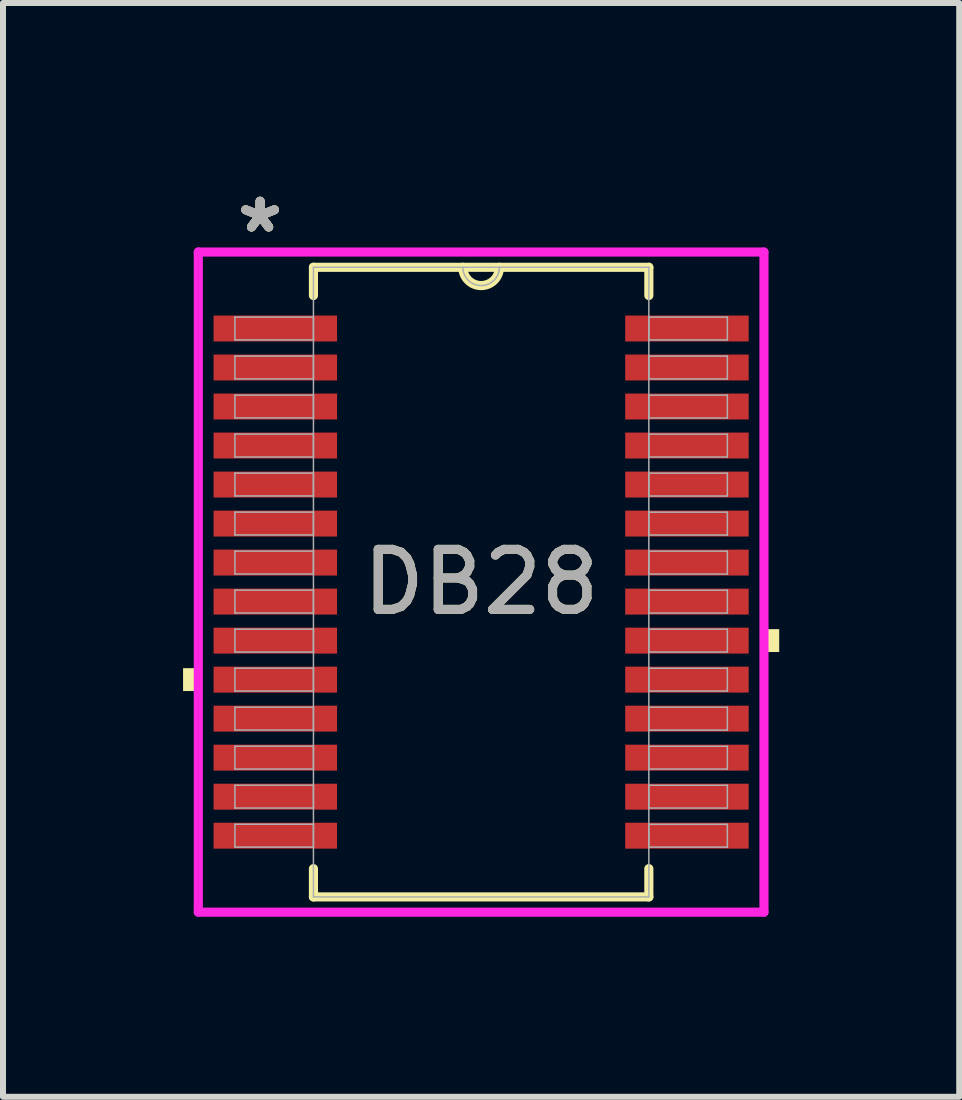
<source format=kicad_pcb>
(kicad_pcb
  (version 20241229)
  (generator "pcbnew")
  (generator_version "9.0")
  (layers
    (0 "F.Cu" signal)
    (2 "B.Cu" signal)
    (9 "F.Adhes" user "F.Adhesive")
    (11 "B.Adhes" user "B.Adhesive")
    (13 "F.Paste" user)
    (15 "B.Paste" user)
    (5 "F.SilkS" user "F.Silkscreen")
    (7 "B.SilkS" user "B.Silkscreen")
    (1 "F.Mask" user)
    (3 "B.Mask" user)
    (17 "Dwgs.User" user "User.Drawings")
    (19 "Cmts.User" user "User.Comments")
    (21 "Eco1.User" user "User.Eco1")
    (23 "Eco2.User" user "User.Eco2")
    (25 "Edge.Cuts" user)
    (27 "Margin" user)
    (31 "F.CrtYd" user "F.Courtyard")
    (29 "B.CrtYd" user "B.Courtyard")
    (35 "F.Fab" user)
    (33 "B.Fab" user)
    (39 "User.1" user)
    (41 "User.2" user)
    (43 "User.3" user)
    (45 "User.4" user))
  (footprint "DB28"
    (layer "F.Cu")
    (at 4.966 6.648)
    (property "Reference" "DB28" (at 0 0 0) (unlocked yes) (layer "F.SilkS") (effects (font (size 1 1) (thickness 0.15))))
    (attr smd)
    (fp_line (start -2.794 -5.245) (end -2.794 -4.774) (stroke (width 0.152) (type solid)) (layer "F.SilkS"))
    (fp_line (start -2.794 4.774) (end -2.794 5.245) (stroke (width 0.152) (type solid)) (layer "F.SilkS"))
    (fp_line (start -2.794 5.245) (end 2.794 5.245) (stroke (width 0.152) (type solid)) (layer "F.SilkS"))
    (fp_line (start 2.794 -5.245) (end -2.794 -5.245) (stroke (width 0.152) (type solid)) (layer "F.SilkS"))
    (fp_line (start 2.794 -4.774) (end 2.794 -5.245) (stroke (width 0.152) (type solid)) (layer "F.SilkS"))
    (fp_line (start 2.794 5.245) (end 2.794 4.774) (stroke (width 0.152) (type solid)) (layer "F.SilkS"))
    (fp_arc (start 0.3048 -5.2451) (mid 0 -4.9403) (end -0.3048 -5.2451) (stroke (width 0.1524) (type solid)) (layer "F.SilkS"))
    (fp_poly (pts (xy -4.966 1.434) (xy -4.966 1.815) (xy -4.712 1.815) (xy -4.712 1.434)) (stroke (width 0) (type solid)) (fill yes) (layer "F.SilkS"))
    (fp_poly (pts (xy 4.966 0.784) (xy 4.966 1.165) (xy 4.712 1.165) (xy 4.712 0.784)) (stroke (width 0) (type solid)) (fill yes) (layer "F.SilkS"))
    (fp_line (start -4.712 -5.499) (end 4.712 -5.499) (stroke (width 0.152) (type solid)) (layer "F.CrtYd"))
    (fp_line (start -4.712 5.499) (end -4.712 -5.499) (stroke (width 0.152) (type solid)) (layer "F.CrtYd"))
    (fp_line (start 4.712 -5.499) (end 4.712 5.499) (stroke (width 0.152) (type solid)) (layer "F.CrtYd"))
    (fp_line (start 4.712 5.499) (end -4.712 5.499) (stroke (width 0.152) (type solid)) (layer "F.CrtYd"))
    (fp_line (start -4.102 -4.415) (end -4.102 -4.035) (stroke (width 0.025) (type solid)) (layer "F.Fab"))
    (fp_line (start -4.102 -4.035) (end -2.794 -4.035) (stroke (width 0.025) (type solid)) (layer "F.Fab"))
    (fp_line (start -4.102 -3.765) (end -4.102 -3.385) (stroke (width 0.025) (type solid)) (layer "F.Fab"))
    (fp_line (start -4.102 -3.385) (end -2.794 -3.385) (stroke (width 0.025) (type solid)) (layer "F.Fab"))
    (fp_line (start -4.102 -3.115) (end -4.102 -2.735) (stroke (width 0.025) (type solid)) (layer "F.Fab"))
    (fp_line (start -4.102 -2.735) (end -2.794 -2.735) (stroke (width 0.025) (type solid)) (layer "F.Fab"))
    (fp_line (start -4.102 -2.466) (end -4.102 -2.084) (stroke (width 0.025) (type solid)) (layer "F.Fab"))
    (fp_line (start -4.102 -2.084) (end -2.794 -2.084) (stroke (width 0.025) (type solid)) (layer "F.Fab"))
    (fp_line (start -4.102 -1.816) (end -4.102 -1.435) (stroke (width 0.025) (type solid)) (layer "F.Fab"))
    (fp_line (start -4.102 -1.435) (end -2.794 -1.435) (stroke (width 0.025) (type solid)) (layer "F.Fab"))
    (fp_line (start -4.102 -1.166) (end -4.102 -0.785) (stroke (width 0.025) (type solid)) (layer "F.Fab"))
    (fp_line (start -4.102 -0.785) (end -2.794 -0.785) (stroke (width 0.025) (type solid)) (layer "F.Fab"))
    (fp_line (start -4.102 -0.516) (end -4.102 -0.135) (stroke (width 0.025) (type solid)) (layer "F.Fab"))
    (fp_line (start -4.102 -0.135) (end -2.794 -0.135) (stroke (width 0.025) (type solid)) (layer "F.Fab"))
    (fp_line (start -4.102 0.134) (end -4.102 0.515) (stroke (width 0.025) (type solid)) (layer "F.Fab"))
    (fp_line (start -4.102 0.515) (end -2.794 0.515) (stroke (width 0.025) (type solid)) (layer "F.Fab"))
    (fp_line (start -4.102 0.784) (end -4.102 1.165) (stroke (width 0.025) (type solid)) (layer "F.Fab"))
    (fp_line (start -4.102 1.165) (end -2.794 1.165) (stroke (width 0.025) (type solid)) (layer "F.Fab"))
    (fp_line (start -4.102 1.434) (end -4.102 1.815) (stroke (width 0.025) (type solid)) (layer "F.Fab"))
    (fp_line (start -4.102 1.815) (end -2.794 1.815) (stroke (width 0.025) (type solid)) (layer "F.Fab"))
    (fp_line (start -4.102 2.084) (end -4.102 2.465) (stroke (width 0.025) (type solid)) (layer "F.Fab"))
    (fp_line (start -4.102 2.465) (end -2.794 2.465) (stroke (width 0.025) (type solid)) (layer "F.Fab"))
    (fp_line (start -4.102 2.734) (end -4.102 3.115) (stroke (width 0.025) (type solid)) (layer "F.Fab"))
    (fp_line (start -4.102 3.115) (end -2.794 3.115) (stroke (width 0.025) (type solid)) (layer "F.Fab"))
    (fp_line (start -4.102 3.384) (end -4.102 3.765) (stroke (width 0.025) (type solid)) (layer "F.Fab"))
    (fp_line (start -4.102 3.765) (end -2.794 3.765) (stroke (width 0.025) (type solid)) (layer "F.Fab"))
    (fp_line (start -4.102 4.034) (end -4.102 4.415) (stroke (width 0.025) (type solid)) (layer "F.Fab"))
    (fp_line (start -4.102 4.415) (end -2.794 4.415) (stroke (width 0.025) (type solid)) (layer "F.Fab"))
    (fp_line (start -2.794 -5.245) (end -2.794 5.245) (stroke (width 0.025) (type solid)) (layer "F.Fab"))
    (fp_line (start -2.794 -4.415) (end -4.102 -4.415) (stroke (width 0.025) (type solid)) (layer "F.Fab"))
    (fp_line (start -2.794 -4.035) (end -2.794 -4.415) (stroke (width 0.025) (type solid)) (layer "F.Fab"))
    (fp_line (start -2.794 -3.765) (end -4.102 -3.765) (stroke (width 0.025) (type solid)) (layer "F.Fab"))
    (fp_line (start -2.794 -3.385) (end -2.794 -3.765) (stroke (width 0.025) (type solid)) (layer "F.Fab"))
    (fp_line (start -2.794 -3.115) (end -4.102 -3.115) (stroke (width 0.025) (type solid)) (layer "F.Fab"))
    (fp_line (start -2.794 -2.735) (end -2.794 -3.115) (stroke (width 0.025) (type solid)) (layer "F.Fab"))
    (fp_line (start -2.794 -2.466) (end -4.102 -2.466) (stroke (width 0.025) (type solid)) (layer "F.Fab"))
    (fp_line (start -2.794 -2.084) (end -2.794 -2.466) (stroke (width 0.025) (type solid)) (layer "F.Fab"))
    (fp_line (start -2.794 -1.816) (end -4.102 -1.816) (stroke (width 0.025) (type solid)) (layer "F.Fab"))
    (fp_line (start -2.794 -1.435) (end -2.794 -1.816) (stroke (width 0.025) (type solid)) (layer "F.Fab"))
    (fp_line (start -2.794 -1.166) (end -4.102 -1.166) (stroke (width 0.025) (type solid)) (layer "F.Fab"))
    (fp_line (start -2.794 -0.785) (end -2.794 -1.166) (stroke (width 0.025) (type solid)) (layer "F.Fab"))
    (fp_line (start -2.794 -0.516) (end -4.102 -0.516) (stroke (width 0.025) (type solid)) (layer "F.Fab"))
    (fp_line (start -2.794 -0.135) (end -2.794 -0.516) (stroke (width 0.025) (type solid)) (layer "F.Fab"))
    (fp_line (start -2.794 0.134) (end -4.102 0.134) (stroke (width 0.025) (type solid)) (layer "F.Fab"))
    (fp_line (start -2.794 0.515) (end -2.794 0.134) (stroke (width 0.025) (type solid)) (layer "F.Fab"))
    (fp_line (start -2.794 0.784) (end -4.102 0.784) (stroke (width 0.025) (type solid)) (layer "F.Fab"))
    (fp_line (start -2.794 1.165) (end -2.794 0.784) (stroke (width 0.025) (type solid)) (layer "F.Fab"))
    (fp_line (start -2.794 1.434) (end -4.102 1.434) (stroke (width 0.025) (type solid)) (layer "F.Fab"))
    (fp_line (start -2.794 1.815) (end -2.794 1.434) (stroke (width 0.025) (type solid)) (layer "F.Fab"))
    (fp_line (start -2.794 2.084) (end -4.102 2.084) (stroke (width 0.025) (type solid)) (layer "F.Fab"))
    (fp_line (start -2.794 2.465) (end -2.794 2.084) (stroke (width 0.025) (type solid)) (layer "F.Fab"))
    (fp_line (start -2.794 2.734) (end -4.102 2.734) (stroke (width 0.025) (type solid)) (layer "F.Fab"))
    (fp_line (start -2.794 3.115) (end -2.794 2.734) (stroke (width 0.025) (type solid)) (layer "F.Fab"))
    (fp_line (start -2.794 3.384) (end -4.102 3.384) (stroke (width 0.025) (type solid)) (layer "F.Fab"))
    (fp_line (start -2.794 3.765) (end -2.794 3.384) (stroke (width 0.025) (type solid)) (layer "F.Fab"))
    (fp_line (start -2.794 4.034) (end -4.102 4.034) (stroke (width 0.025) (type solid)) (layer "F.Fab"))
    (fp_line (start -2.794 4.415) (end -2.794 4.034) (stroke (width 0.025) (type solid)) (layer "F.Fab"))
    (fp_line (start -2.794 5.245) (end 2.794 5.245) (stroke (width 0.025) (type solid)) (layer "F.Fab"))
    (fp_line (start 2.794 -5.245) (end -2.794 -5.245) (stroke (width 0.025) (type solid)) (layer "F.Fab"))
    (fp_line (start 2.794 -4.415) (end 2.794 -4.034) (stroke (width 0.025) (type solid)) (layer "F.Fab"))
    (fp_line (start 2.794 -4.034) (end 4.102 -4.034) (stroke (width 0.025) (type solid)) (layer "F.Fab"))
    (fp_line (start 2.794 -3.765) (end 2.794 -3.384) (stroke (width 0.025) (type solid)) (layer "F.Fab"))
    (fp_line (start 2.794 -3.384) (end 4.102 -3.384) (stroke (width 0.025) (type solid)) (layer "F.Fab"))
    (fp_line (start 2.794 -3.115) (end 2.794 -2.734) (stroke (width 0.025) (type solid)) (layer "F.Fab"))
    (fp_line (start 2.794 -2.734) (end 4.102 -2.734) (stroke (width 0.025) (type solid)) (layer "F.Fab"))
    (fp_line (start 2.794 -2.465) (end 2.794 -2.084) (stroke (width 0.025) (type solid)) (layer "F.Fab"))
    (fp_line (start 2.794 -2.084) (end 4.102 -2.084) (stroke (width 0.025) (type solid)) (layer "F.Fab"))
    (fp_line (start 2.794 -1.815) (end 2.794 -1.434) (stroke (width 0.025) (type solid)) (layer "F.Fab"))
    (fp_line (start 2.794 -1.434) (end 4.102 -1.434) (stroke (width 0.025) (type solid)) (layer "F.Fab"))
    (fp_line (start 2.794 -1.165) (end 2.794 -0.784) (stroke (width 0.025) (type solid)) (layer "F.Fab"))
    (fp_line (start 2.794 -0.784) (end 4.102 -0.784) (stroke (width 0.025) (type solid)) (layer "F.Fab"))
    (fp_line (start 2.794 -0.515) (end 2.794 -0.134) (stroke (width 0.025) (type solid)) (layer "F.Fab"))
    (fp_line (start 2.794 -0.134) (end 4.102 -0.134) (stroke (width 0.025) (type solid)) (layer "F.Fab"))
    (fp_line (start 2.794 0.135) (end 2.794 0.516) (stroke (width 0.025) (type solid)) (layer "F.Fab"))
    (fp_line (start 2.794 0.516) (end 4.102 0.516) (stroke (width 0.025) (type solid)) (layer "F.Fab"))
    (fp_line (start 2.794 0.784) (end 2.794 1.165) (stroke (width 0.025) (type solid)) (layer "F.Fab"))
    (fp_line (start 2.794 1.165) (end 4.102 1.165) (stroke (width 0.025) (type solid)) (layer "F.Fab"))
    (fp_line (start 2.794 1.435) (end 2.794 1.815) (stroke (width 0.025) (type solid)) (layer "F.Fab"))
    (fp_line (start 2.794 1.815) (end 4.102 1.815) (stroke (width 0.025) (type solid)) (layer "F.Fab"))
    (fp_line (start 2.794 2.084) (end 2.794 2.466) (stroke (width 0.025) (type solid)) (layer "F.Fab"))
    (fp_line (start 2.794 2.466) (end 4.102 2.466) (stroke (width 0.025) (type solid)) (layer "F.Fab"))
    (fp_line (start 2.794 2.735) (end 2.794 3.115) (stroke (width 0.025) (type solid)) (layer "F.Fab"))
    (fp_line (start 2.794 3.115) (end 4.102 3.115) (stroke (width 0.025) (type solid)) (layer "F.Fab"))
    (fp_line (start 2.794 3.385) (end 2.794 3.765) (stroke (width 0.025) (type solid)) (layer "F.Fab"))
    (fp_line (start 2.794 3.765) (end 4.102 3.765) (stroke (width 0.025) (type solid)) (layer "F.Fab"))
    (fp_line (start 2.794 4.035) (end 2.794 4.415) (stroke (width 0.025) (type solid)) (layer "F.Fab"))
    (fp_line (start 2.794 4.415) (end 4.102 4.415) (stroke (width 0.025) (type solid)) (layer "F.Fab"))
    (fp_line (start 2.794 5.245) (end 2.794 -5.245) (stroke (width 0.025) (type solid)) (layer "F.Fab"))
    (fp_line (start 4.102 -4.415) (end 2.794 -4.415) (stroke (width 0.025) (type solid)) (layer "F.Fab"))
    (fp_line (start 4.102 -4.034) (end 4.102 -4.415) (stroke (width 0.025) (type solid)) (layer "F.Fab"))
    (fp_line (start 4.102 -3.765) (end 2.794 -3.765) (stroke (width 0.025) (type solid)) (layer "F.Fab"))
    (fp_line (start 4.102 -3.384) (end 4.102 -3.765) (stroke (width 0.025) (type solid)) (layer "F.Fab"))
    (fp_line (start 4.102 -3.115) (end 2.794 -3.115) (stroke (width 0.025) (type solid)) (layer "F.Fab"))
    (fp_line (start 4.102 -2.734) (end 4.102 -3.115) (stroke (width 0.025) (type solid)) (layer "F.Fab"))
    (fp_line (start 4.102 -2.465) (end 2.794 -2.465) (stroke (width 0.025) (type solid)) (layer "F.Fab"))
    (fp_line (start 4.102 -2.084) (end 4.102 -2.465) (stroke (width 0.025) (type solid)) (layer "F.Fab"))
    (fp_line (start 4.102 -1.815) (end 2.794 -1.815) (stroke (width 0.025) (type solid)) (layer "F.Fab"))
    (fp_line (start 4.102 -1.434) (end 4.102 -1.815) (stroke (width 0.025) (type solid)) (layer "F.Fab"))
    (fp_line (start 4.102 -1.165) (end 2.794 -1.165) (stroke (width 0.025) (type solid)) (layer "F.Fab"))
    (fp_line (start 4.102 -0.784) (end 4.102 -1.165) (stroke (width 0.025) (type solid)) (layer "F.Fab"))
    (fp_line (start 4.102 -0.515) (end 2.794 -0.515) (stroke (width 0.025) (type solid)) (layer "F.Fab"))
    (fp_line (start 4.102 -0.134) (end 4.102 -0.515) (stroke (width 0.025) (type solid)) (layer "F.Fab"))
    (fp_line (start 4.102 0.135) (end 2.794 0.135) (stroke (width 0.025) (type solid)) (layer "F.Fab"))
    (fp_line (start 4.102 0.516) (end 4.102 0.135) (stroke (width 0.025) (type solid)) (layer "F.Fab"))
    (fp_line (start 4.102 0.784) (end 2.794 0.784) (stroke (width 0.025) (type solid)) (layer "F.Fab"))
    (fp_line (start 4.102 1.165) (end 4.102 0.784) (stroke (width 0.025) (type solid)) (layer "F.Fab"))
    (fp_line (start 4.102 1.435) (end 2.794 1.435) (stroke (width 0.025) (type solid)) (layer "F.Fab"))
    (fp_line (start 4.102 1.815) (end 4.102 1.435) (stroke (width 0.025) (type solid)) (layer "F.Fab"))
    (fp_line (start 4.102 2.084) (end 2.794 2.084) (stroke (width 0.025) (type solid)) (layer "F.Fab"))
    (fp_line (start 4.102 2.466) (end 4.102 2.084) (stroke (width 0.025) (type solid)) (layer "F.Fab"))
    (fp_line (start 4.102 2.735) (end 2.794 2.735) (stroke (width 0.025) (type solid)) (layer "F.Fab"))
    (fp_line (start 4.102 3.115) (end 4.102 2.735) (stroke (width 0.025) (type solid)) (layer "F.Fab"))
    (fp_line (start 4.102 3.385) (end 2.794 3.385) (stroke (width 0.025) (type solid)) (layer "F.Fab"))
    (fp_line (start 4.102 3.765) (end 4.102 3.385) (stroke (width 0.025) (type solid)) (layer "F.Fab"))
    (fp_line (start 4.102 4.035) (end 2.794 4.035) (stroke (width 0.025) (type solid)) (layer "F.Fab"))
    (fp_line (start 4.102 4.415) (end 4.102 4.035) (stroke (width 0.025) (type solid)) (layer "F.Fab"))
    (fp_arc (start 0.3048 -5.2451) (mid 0 -4.9403) (end -0.3048 -5.2451) (stroke (width 0.0254) (type solid)) (layer "F.Fab"))
    (fp_text user "*" (at -3.683 -5.8 0) (unlocked yes) (layer "F.SilkS") (effects (font (size 1 1) (thickness 0.15))))
    (fp_text user "*" (at -3.683 -5.8 0) (layer "F.SilkS") (effects (font (size 1 1) (thickness 0.15))))
    (fp_text user "*" (at -3.683 -5.8 0) (layer "F.Fab") (effects (font (size 1 1) (thickness 0.15))))
    (fp_text user "*" (at -3.683 -5.8 0) (unlocked yes) (layer "F.Fab") (effects (font (size 1 1) (thickness 0.15))))
    (fp_text user "${REFERENCE}" (at 0 0 0) (unlocked yes) (layer "F.Fab") (effects (font (size 1 1) (thickness 0.15))))
    (pad "1" smd rect (at -3.429 -4.225) (size 2.057 0.432) (layers "F.Cu" "F.Mask" "F.Paste"))
    (pad "2" smd rect (at -3.429 -3.575) (size 2.057 0.432) (layers "F.Cu" "F.Mask" "F.Paste"))
    (pad "3" smd rect (at -3.429 -2.925) (size 2.057 0.432) (layers "F.Cu" "F.Mask" "F.Paste"))
    (pad "4" smd rect (at -3.429 -2.275) (size 2.057 0.432) (layers "F.Cu" "F.Mask" "F.Paste"))
    (pad "5" smd rect (at -3.429 -1.625) (size 2.057 0.432) (layers "F.Cu" "F.Mask" "F.Paste"))
    (pad "6" smd rect (at -3.429 -0.975) (size 2.057 0.432) (layers "F.Cu" "F.Mask" "F.Paste"))
    (pad "7" smd rect (at -3.429 -0.325) (size 2.057 0.432) (layers "F.Cu" "F.Mask" "F.Paste"))
    (pad "8" smd rect (at -3.429 0.325) (size 2.057 0.432) (layers "F.Cu" "F.Mask" "F.Paste"))
    (pad "9" smd rect (at -3.429 0.975) (size 2.057 0.432) (layers "F.Cu" "F.Mask" "F.Paste"))
    (pad "10" smd rect (at -3.429 1.625) (size 2.057 0.432) (layers "F.Cu" "F.Mask" "F.Paste"))
    (pad "11" smd rect (at -3.429 2.275) (size 2.057 0.432) (layers "F.Cu" "F.Mask" "F.Paste"))
    (pad "12" smd rect (at -3.429 2.925) (size 2.057 0.432) (layers "F.Cu" "F.Mask" "F.Paste"))
    (pad "13" smd rect (at -3.429 3.575) (size 2.057 0.432) (layers "F.Cu" "F.Mask" "F.Paste"))
    (pad "14" smd rect (at -3.429 4.225) (size 2.057 0.432) (layers "F.Cu" "F.Mask" "F.Paste"))
    (pad "15" smd rect (at 3.429 4.225) (size 2.057 0.432) (layers "F.Cu" "F.Mask" "F.Paste"))
    (pad "16" smd rect (at 3.429 3.575) (size 2.057 0.432) (layers "F.Cu" "F.Mask" "F.Paste"))
    (pad "17" smd rect (at 3.429 2.925) (size 2.057 0.432) (layers "F.Cu" "F.Mask" "F.Paste"))
    (pad "18" smd rect (at 3.429 2.275) (size 2.057 0.432) (layers "F.Cu" "F.Mask" "F.Paste"))
    (pad "19" smd rect (at 3.429 1.625) (size 2.057 0.432) (layers "F.Cu" "F.Mask" "F.Paste"))
    (pad "20" smd rect (at 3.429 0.975) (size 2.057 0.432) (layers "F.Cu" "F.Mask" "F.Paste"))
    (pad "21" smd rect (at 3.429 0.325) (size 2.057 0.432) (layers "F.Cu" "F.Mask" "F.Paste"))
    (pad "22" smd rect (at 3.429 -0.325) (size 2.057 0.432) (layers "F.Cu" "F.Mask" "F.Paste"))
    (pad "23" smd rect (at 3.429 -0.975) (size 2.057 0.432) (layers "F.Cu" "F.Mask" "F.Paste"))
    (pad "24" smd rect (at 3.429 -1.625) (size 2.057 0.432) (layers "F.Cu" "F.Mask" "F.Paste"))
    (pad "25" smd rect (at 3.429 -2.275) (size 2.057 0.432) (layers "F.Cu" "F.Mask" "F.Paste"))
    (pad "26" smd rect (at 3.429 -2.925) (size 2.057 0.432) (layers "F.Cu" "F.Mask" "F.Paste"))
    (pad "27" smd rect (at 3.429 -3.575) (size 2.057 0.432) (layers "F.Cu" "F.Mask" "F.Paste"))
    (pad "28" smd rect (at 3.429 -4.225) (size 2.057 0.432) (layers "F.Cu" "F.Mask" "F.Paste")))
  (gr_rect
    (start -3 -3)
    (end 12.931 15.223)
    (stroke (width 0.1) (type default))
    (fill no)
    (layer "Edge.Cuts")))
</source>
